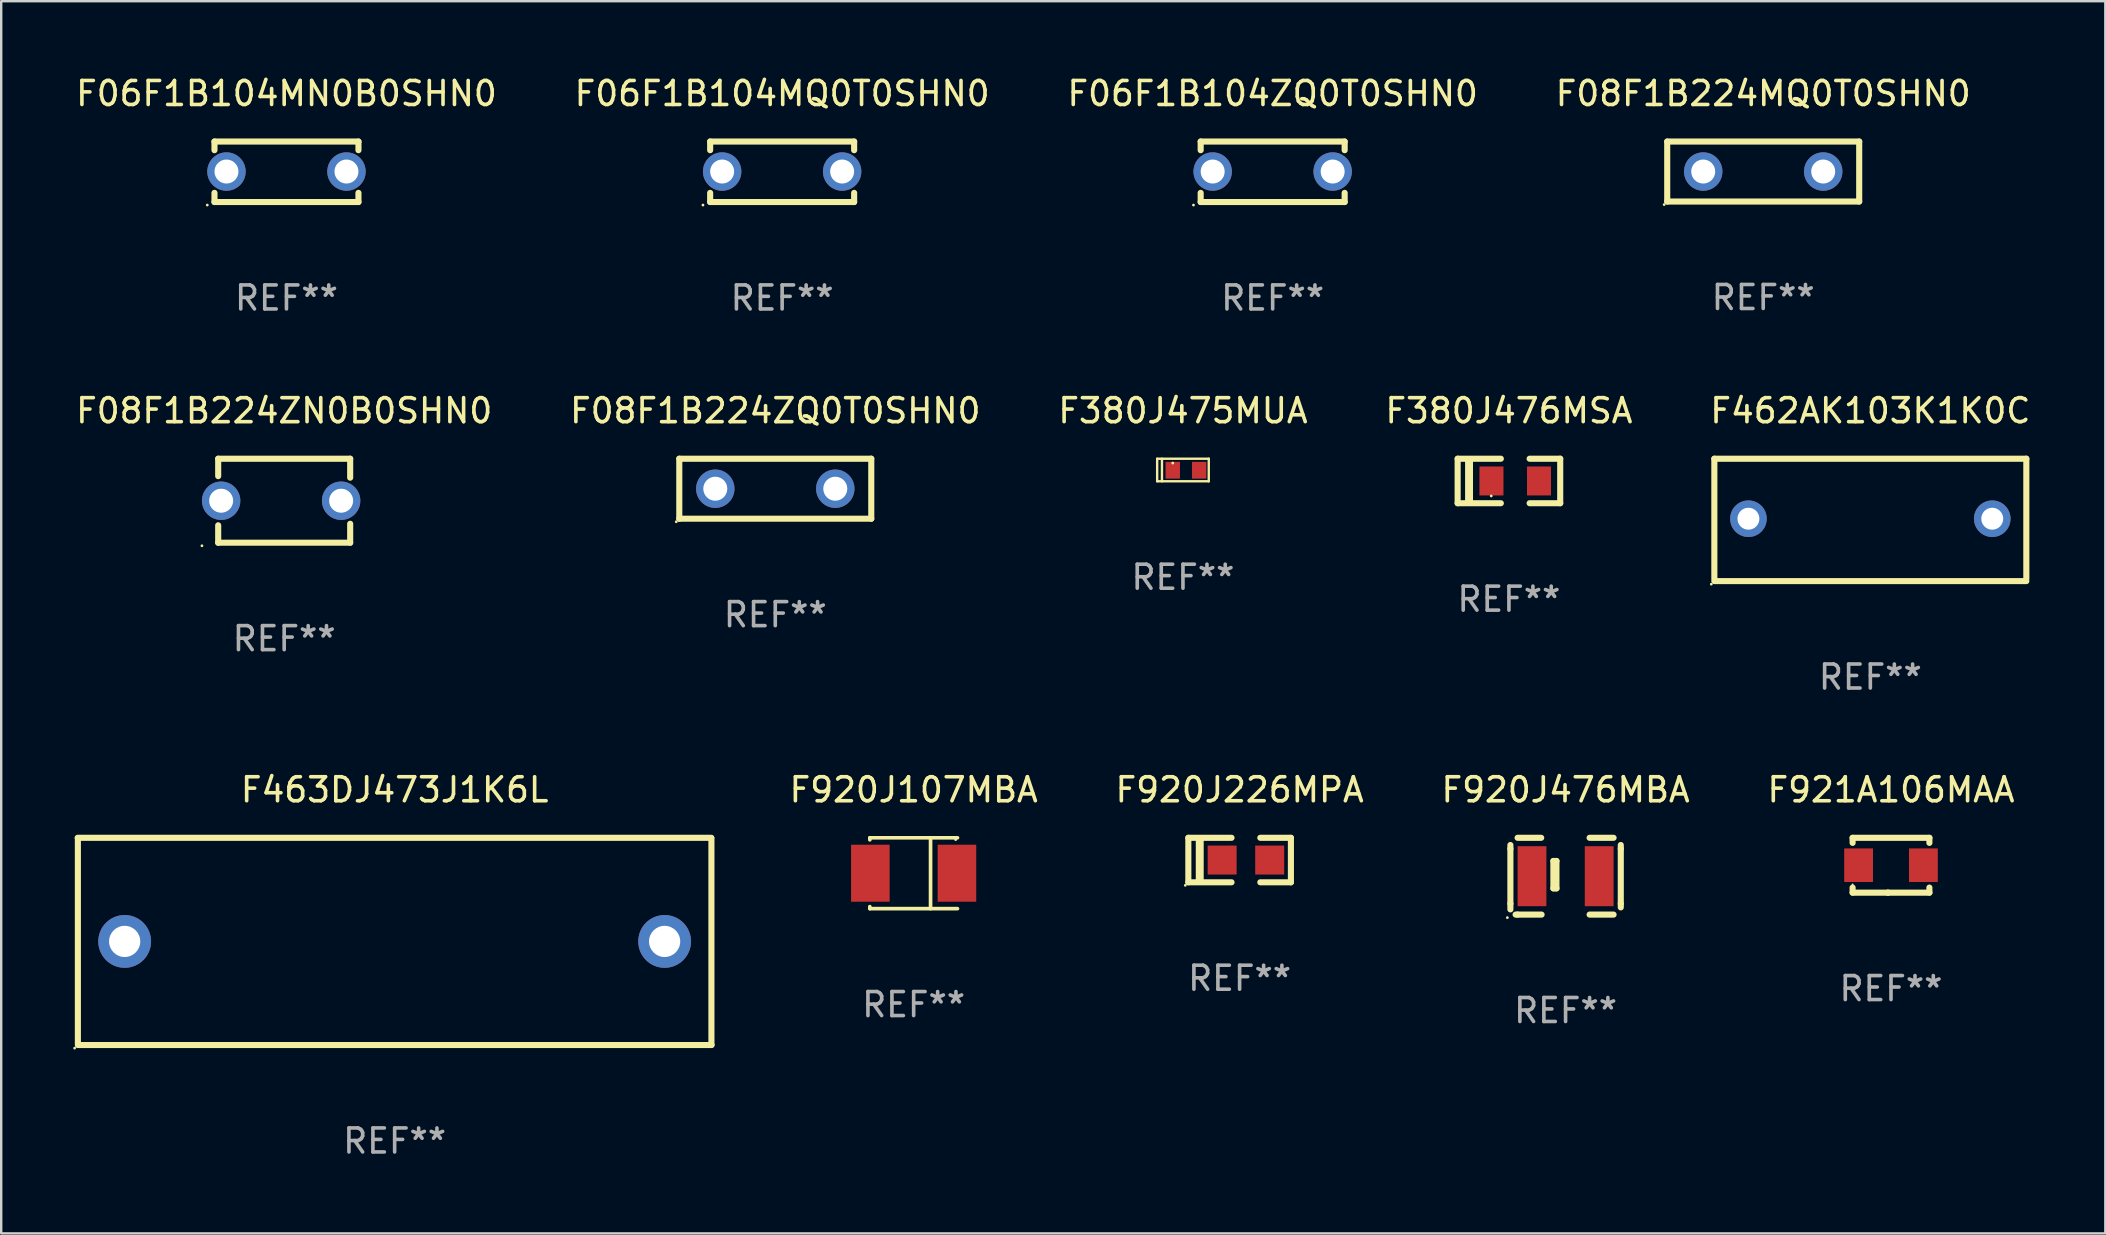
<source format=kicad_pcb>
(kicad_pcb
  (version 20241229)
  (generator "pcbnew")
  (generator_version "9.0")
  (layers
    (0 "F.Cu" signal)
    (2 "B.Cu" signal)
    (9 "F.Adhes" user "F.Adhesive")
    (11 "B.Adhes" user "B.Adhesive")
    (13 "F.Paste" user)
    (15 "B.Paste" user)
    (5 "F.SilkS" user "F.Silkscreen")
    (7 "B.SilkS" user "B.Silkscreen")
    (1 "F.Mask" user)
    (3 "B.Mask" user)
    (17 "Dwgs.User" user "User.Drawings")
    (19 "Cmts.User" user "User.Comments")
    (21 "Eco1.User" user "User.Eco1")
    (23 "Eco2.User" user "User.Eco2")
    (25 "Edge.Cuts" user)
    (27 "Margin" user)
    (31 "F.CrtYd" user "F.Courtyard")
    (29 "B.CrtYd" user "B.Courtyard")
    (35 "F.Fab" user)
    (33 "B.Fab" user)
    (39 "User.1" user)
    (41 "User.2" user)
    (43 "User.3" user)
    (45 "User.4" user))
  (footprint "F06F1B104ZQ0T0SHN0"
    (layer "F.Cu")
    (at 49.982 4.108)
    (property "Reference" "F06F1B104ZQ0T0SHN0" (at 0 -3.26 0) (layer "F.SilkS") (effects (font (size 1 1) (thickness 0.15))))
    (attr through_hole)
    (fp_line (start -3 -1.26) (end -3 -0.899) (stroke (width 0.254) (type solid)) (layer "F.SilkS"))
    (fp_line (start -3 1.26) (end -3 0.879) (stroke (width 0.254) (type solid)) (layer "F.SilkS"))
    (fp_line (start 3 -1.26) (end -3 -1.26) (stroke (width 0.254) (type solid)) (layer "F.SilkS"))
    (fp_line (start 3 -0.899) (end 3 -1.26) (stroke (width 0.254) (type solid)) (layer "F.SilkS"))
    (fp_line (start 3 0.879) (end 3 1.26) (stroke (width 0.254) (type solid)) (layer "F.SilkS"))
    (fp_line (start 3 1.26) (end -3 1.26) (stroke (width 0.254) (type solid)) (layer "F.SilkS"))
    (fp_circle (center -3.3 1.387) (end -3.27 1.387) (stroke (width 0.06) (type solid)) (fill no) (layer "F.SilkS"))
    (fp_text user "REF**" (at 0 5.26 0) (layer "F.Fab") (effects (font (size 1 1) (thickness 0.15))))
    (pad "1" thru_hole circle (at -2.5 -0.01) (size 1.6 1.6) (drill 1) (layers "*.Cu" "*.Mask"))
    (pad "2" thru_hole circle (at 2.5 -0.01) (size 1.6 1.6) (drill 1) (layers "*.Cu" "*.Mask")))
  (footprint "F463DJ473J1K6L"
    (layer "F.Cu")
    (at 13.395 36.179)
    (property "Reference" "F463DJ473J1K6L" (at 0 -6.318 0) (layer "F.SilkS") (effects (font (size 1 1) (thickness 0.15))))
    (attr through_hole)
    (fp_line (start -13.208 -4.318) (end 13.193 -4.318) (stroke (width 0.254) (type solid)) (layer "F.SilkS"))
    (fp_line (start -13.2 4.3) (end -13.2 -4.3) (stroke (width 0.254) (type solid)) (layer "F.SilkS"))
    (fp_line (start 13.2 -4.3) (end 13.2 4.3) (stroke (width 0.254) (type solid)) (layer "F.SilkS"))
    (fp_line (start 13.208 4.318) (end -13.193 4.318) (stroke (width 0.254) (type solid)) (layer "F.SilkS"))
    (fp_circle (center -13.335 4.445) (end -13.305 4.445) (stroke (width 0.06) (type solid)) (fill no) (layer "F.SilkS"))
    (fp_text user "REF**" (at 0 8.318 0) (layer "F.Fab") (effects (font (size 1 1) (thickness 0.15))))
    (pad "1" thru_hole circle (at -11.25 0) (size 2.2 2.2) (drill 1.3) (layers "*.Cu" "*.Mask"))
    (pad "2" thru_hole circle (at 11.25 0) (size 2.2 2.2) (drill 1.3) (layers "*.Cu" "*.Mask")))
  (footprint "F920J226MPA"
    (layer "F.Cu")
    (at 48.605 32.788)
    (property "Reference" "F920J226MPA" (at 0 -2.927 0) (layer "F.SilkS") (effects (font (size 1 1) (thickness 0.15))))
    (attr through_hole)
    (fp_line (start -2.137 0.927) (end -2.137 -0.927) (stroke (width 0.254) (type solid)) (layer "F.SilkS"))
    (fp_line (start -1.662 0.874) (end -1.662 -0.874) (stroke (width 0.33) (type solid)) (layer "F.SilkS"))
    (fp_line (start -0.337 -0.927) (end -2.137 -0.927) (stroke (width 0.254) (type solid)) (layer "F.SilkS"))
    (fp_line (start -0.337 0.927) (end -2.137 0.927) (stroke (width 0.254) (type solid)) (layer "F.SilkS"))
    (fp_line (start 0.862 0.927) (end 2.137 0.927) (stroke (width 0.254) (type solid)) (layer "F.SilkS"))
    (fp_line (start 2.137 -0.927) (end 0.862 -0.927) (stroke (width 0.254) (type solid)) (layer "F.SilkS"))
    (fp_line (start 2.137 0.927) (end 2.137 -0.927) (stroke (width 0.254) (type solid)) (layer "F.SilkS"))
    (fp_circle (center -2.264 1.054) (end -2.234 1.054) (stroke (width 0.06) (type solid)) (fill no) (layer "F.SilkS"))
    (fp_text user "REF**" (at 0 4.927 0) (layer "F.Fab") (effects (font (size 1 1) (thickness 0.15))))
    (pad "1" smd rect (at -0.728 0) (size 1.207 1.207) (layers "F.Cu" "F.Mask" "F.Paste"))
    (pad "2" smd rect (at 1.253 0) (size 1.207 1.207) (layers "F.Cu" "F.Mask" "F.Paste")))
  (footprint "F380J475MUA"
    (layer "F.Cu")
    (at 46.244 16.535)
    (property "Reference" "F380J475MUA" (at 0 -2.47 0) (layer "F.SilkS") (effects (font (size 1 1) (thickness 0.15))))
    (attr through_hole)
    (fp_line (start -1.075 -0.47) (end -1.075 0.47) (stroke (width 0.1) (type solid)) (layer "F.SilkS"))
    (fp_line (start -0.875 -0.47) (end -0.875 0.47) (stroke (width 0.1) (type solid)) (layer "F.SilkS"))
    (fp_line (start 1.075 -0.47) (end -1.075 -0.47) (stroke (width 0.1) (type solid)) (layer "F.SilkS"))
    (fp_line (start 1.075 -0.47) (end 1.075 0.47) (stroke (width 0.1) (type solid)) (layer "F.SilkS"))
    (fp_line (start 1.075 0.47) (end -1.075 0.47) (stroke (width 0.1) (type solid)) (layer "F.SilkS"))
    (fp_circle (center -0.425 -0.29) (end -0.395 -0.29) (stroke (width 0.06) (type solid)) (fill no) (layer "F.SilkS"))
    (fp_text user "REF**" (at 0 4.47 0) (layer "F.Fab") (effects (font (size 1 1) (thickness 0.15))))
    (pad "1" smd rect (at -0.425 0.01 180) (size 0.6 0.7) (layers "F.Cu" "F.Mask" "F.Paste"))
    (pad "2" smd rect (at 0.675 0.01 180) (size 0.6 0.7) (layers "F.Cu" "F.Mask" "F.Paste")))
  (footprint "F920J476MBA"
    (layer "F.Cu")
    (at 62.188 33.461)
    (property "Reference" "F920J476MBA" (at 0 -3.6 0) (layer "F.SilkS") (effects (font (size 1 1) (thickness 0.15))))
    (attr through_hole)
    (fp_line (start -2.3 -1.3) (end -2.3 -1.143) (stroke (width 0.254) (type solid)) (layer "F.SilkS"))
    (fp_line (start -2.3 -1.143) (end -2.3 1.143) (stroke (width 0.254) (type solid)) (layer "F.SilkS"))
    (fp_line (start -2.3 1.383) (end -2.3 1.143) (stroke (width 0.254) (type solid)) (layer "F.SilkS"))
    (fp_line (start -2.083 1.6) (end -2 1.6) (stroke (width 0.254) (type solid)) (layer "F.SilkS"))
    (fp_line (start -2 -1.6) (end -1.016 -1.6) (stroke (width 0.254) (type solid)) (layer "F.SilkS"))
    (fp_line (start -2 1.6) (end -1 1.6) (stroke (width 0.254) (type solid)) (layer "F.SilkS"))
    (fp_line (start -0.508 -0.635) (end -0.508 0.508) (stroke (width 0.254) (type solid)) (layer "F.SilkS"))
    (fp_line (start -0.508 -0.635) (end -0.381 -0.635) (stroke (width 0.254) (type solid)) (layer "F.SilkS"))
    (fp_line (start -0.508 0.508) (end -0.381 0.508) (stroke (width 0.254) (type solid)) (layer "F.SilkS"))
    (fp_line (start -0.381 0.508) (end -0.381 -0.635) (stroke (width 0.254) (type solid)) (layer "F.SilkS"))
    (fp_line (start 1 -1.6) (end 2 -1.6) (stroke (width 0.254) (type solid)) (layer "F.SilkS"))
    (fp_line (start 1 1.6) (end 2 1.6) (stroke (width 0.254) (type solid)) (layer "F.SilkS"))
    (fp_line (start 2.3 1.3) (end 2.3 1.143) (stroke (width 0.254) (type solid)) (layer "F.SilkS"))
    (fp_line (start 2.3 -1.3) (end 2.3 -1.143) (stroke (width 0.254) (type solid)) (layer "F.SilkS"))
    (fp_line (start 2.3 -1.143) (end 2.3 1.143) (stroke (width 0.254) (type solid)) (layer "F.SilkS"))
    (fp_circle (center -2.427 1.727) (end -2.397 1.727) (stroke (width 0.06) (type solid)) (fill no) (layer "F.SilkS"))
    (fp_text user "REF**" (at 0 5.6 0) (layer "F.Fab") (effects (font (size 1 1) (thickness 0.15))))
    (pad "1" smd rect (at -1.4 0) (size 1.2 2.5) (layers "F.Cu" "F.Mask" "F.Paste"))
    (pad "2" smd rect (at 1.4 0) (size 1.2 2.5) (layers "F.Cu" "F.Mask" "F.Paste")))
  (footprint "F920J107MBA"
    (layer "F.Cu")
    (at 35.022 33.337)
    (property "Reference" "F920J107MBA" (at 0 -3.476 0) (layer "F.SilkS") (effects (font (size 1 1) (thickness 0.15))))
    (attr through_hole)
    (fp_line (start -1.826 -1.476) (end -1.826 -1.391) (stroke (width 0.152) (type solid)) (layer "F.SilkS"))
    (fp_line (start -1.826 -1.476) (end 1.826 -1.476) (stroke (width 0.152) (type solid)) (layer "F.SilkS"))
    (fp_line (start -1.826 1.476) (end -1.826 1.391) (stroke (width 0.152) (type solid)) (layer "F.SilkS"))
    (fp_line (start -1.826 1.476) (end 1.826 1.476) (stroke (width 0.152) (type solid)) (layer "F.SilkS"))
    (fp_line (start 0.704 -1.476) (end 0.704 1.476) (stroke (width 0.152) (type solid)) (layer "F.SilkS"))
    (fp_circle (center 1.75 -1.4) (end 1.78 -1.4) (stroke (width 0.06) (type solid)) (fill no) (layer "F.SilkS"))
    (fp_text user "REF**" (at 0 5.476 0) (layer "F.Fab") (effects (font (size 1 1) (thickness 0.15))))
    (pad "1" smd rect (at 1.804 0) (size 1.607 2.376) (layers "F.Cu" "F.Mask" "F.Paste"))
    (pad "2" smd rect (at -1.804 0) (size 1.607 2.376) (layers "F.Cu" "F.Mask" "F.Paste")))
  (footprint "F06F1B104MN0B0SHN0"
    (layer "F.Cu")
    (at 8.887 4.108)
    (property "Reference" "F06F1B104MN0B0SHN0" (at 0 -3.26 0) (layer "F.SilkS") (effects (font (size 1 1) (thickness 0.15))))
    (attr through_hole)
    (fp_line (start -3 -1.26) (end -3 -0.899) (stroke (width 0.254) (type solid)) (layer "F.SilkS"))
    (fp_line (start -3 1.26) (end -3 0.879) (stroke (width 0.254) (type solid)) (layer "F.SilkS"))
    (fp_line (start 3 -1.26) (end -3 -1.26) (stroke (width 0.254) (type solid)) (layer "F.SilkS"))
    (fp_line (start 3 -0.899) (end 3 -1.26) (stroke (width 0.254) (type solid)) (layer "F.SilkS"))
    (fp_line (start 3 0.879) (end 3 1.26) (stroke (width 0.254) (type solid)) (layer "F.SilkS"))
    (fp_line (start 3 1.26) (end -3 1.26) (stroke (width 0.254) (type solid)) (layer "F.SilkS"))
    (fp_circle (center -3.3 1.387) (end -3.27 1.387) (stroke (width 0.06) (type solid)) (fill no) (layer "F.SilkS"))
    (fp_text user "REF**" (at 0 5.26 0) (layer "F.Fab") (effects (font (size 1 1) (thickness 0.15))))
    (pad "1" thru_hole circle (at -2.5 -0.01) (size 1.6 1.6) (drill 1) (layers "*.Cu" "*.Mask"))
    (pad "2" thru_hole circle (at 2.5 -0.01) (size 1.6 1.6) (drill 1) (layers "*.Cu" "*.Mask")))
  (footprint "F380J476MSA"
    (layer "F.Cu")
    (at 59.827 16.992)
    (property "Reference" "F380J476MSA" (at 0 -2.927 0) (layer "F.SilkS") (effects (font (size 1 1) (thickness 0.15))))
    (attr through_hole)
    (fp_line (start -2.137 0.927) (end -2.137 -0.927) (stroke (width 0.254) (type solid)) (layer "F.SilkS"))
    (fp_line (start -1.662 0.874) (end -1.662 -0.874) (stroke (width 0.33) (type solid)) (layer "F.SilkS"))
    (fp_line (start -0.337 -0.927) (end -2.137 -0.927) (stroke (width 0.254) (type solid)) (layer "F.SilkS"))
    (fp_line (start -0.337 0.927) (end -2.137 0.927) (stroke (width 0.254) (type solid)) (layer "F.SilkS"))
    (fp_line (start 0.862 0.927) (end 2.137 0.927) (stroke (width 0.254) (type solid)) (layer "F.SilkS"))
    (fp_line (start 2.137 -0.927) (end 0.862 -0.927) (stroke (width 0.254) (type solid)) (layer "F.SilkS"))
    (fp_line (start 2.137 0.927) (end 2.137 -0.927) (stroke (width 0.254) (type solid)) (layer "F.SilkS"))
    (fp_circle (center -0.737 0.625) (end -0.707 0.625) (stroke (width 0.06) (type solid)) (fill no) (layer "F.SilkS"))
    (fp_text user "REF**" (at 0 4.927 0) (layer "F.Fab") (effects (font (size 1 1) (thickness 0.15))))
    (pad "1" smd rect (at -0.728 0) (size 1 1.207) (layers "F.Cu" "F.Mask" "F.Paste"))
    (pad "2" smd rect (at 1.253 0) (size 1 1.207) (layers "F.Cu" "F.Mask" "F.Paste")))
  (footprint "F921A106MAA"
    (layer "F.Cu")
    (at 75.748 33.004)
    (property "Reference" "F921A106MAA" (at 0 -3.143 0) (layer "F.SilkS") (effects (font (size 1 1) (thickness 0.15))))
    (attr through_hole)
    (fp_line (start -1.6 1.143) (end -0.128 1.143) (stroke (width 0.254) (type solid)) (layer "F.SilkS"))
    (fp_line (start -1.6 -1.143) (end -1.6 -0.931) (stroke (width 0.254) (type solid)) (layer "F.SilkS"))
    (fp_line (start -1.6 -1.143) (end 1.6 -1.143) (stroke (width 0.254) (type solid)) (layer "F.SilkS"))
    (fp_line (start -1.6 0.931) (end -1.6 1.143) (stroke (width 0.254) (type solid)) (layer "F.SilkS"))
    (fp_line (start -0.128 1.143) (end -0.128 1.143) (stroke (width 0.254) (type solid)) (layer "F.SilkS"))
    (fp_line (start -0.128 1.143) (end 1.6 1.143) (stroke (width 0.254) (type solid)) (layer "F.SilkS"))
    (fp_line (start 1.6 -1.143) (end 1.6 -0.931) (stroke (width 0.254) (type solid)) (layer "F.SilkS"))
    (fp_line (start 1.6 0.931) (end 1.6 1.143) (stroke (width 0.254) (type solid)) (layer "F.SilkS"))
    (fp_circle (center -1.6 0.8) (end -1.58 0.8) (stroke (width 0.04) (type solid)) (fill no) (layer "F.SilkS"))
    (fp_text user "REF**" (at 0 5.143 0) (layer "F.Fab") (effects (font (size 1 1) (thickness 0.15))))
    (pad "1" smd rect (at -1.35 0) (size 1.2 1.4) (layers "F.Cu" "F.Mask" "F.Paste"))
    (pad "2" smd rect (at 1.35 0) (size 1.2 1.4) (layers "F.Cu" "F.Mask" "F.Paste")))
  (footprint "F06F1B104MQ0T0SHN0"
    (layer "F.Cu")
    (at 29.542 4.108)
    (property "Reference" "F06F1B104MQ0T0SHN0" (at 0 -3.26 0) (layer "F.SilkS") (effects (font (size 1 1) (thickness 0.15))))
    (attr through_hole)
    (fp_line (start -3 -1.26) (end -3 -0.899) (stroke (width 0.254) (type solid)) (layer "F.SilkS"))
    (fp_line (start -3 1.26) (end -3 0.879) (stroke (width 0.254) (type solid)) (layer "F.SilkS"))
    (fp_line (start 3 -1.26) (end -3 -1.26) (stroke (width 0.254) (type solid)) (layer "F.SilkS"))
    (fp_line (start 3 -0.899) (end 3 -1.26) (stroke (width 0.254) (type solid)) (layer "F.SilkS"))
    (fp_line (start 3 0.879) (end 3 1.26) (stroke (width 0.254) (type solid)) (layer "F.SilkS"))
    (fp_line (start 3 1.26) (end -3 1.26) (stroke (width 0.254) (type solid)) (layer "F.SilkS"))
    (fp_circle (center -3.3 1.387) (end -3.27 1.387) (stroke (width 0.06) (type solid)) (fill no) (layer "F.SilkS"))
    (fp_text user "REF**" (at 0 5.26 0) (layer "F.Fab") (effects (font (size 1 1) (thickness 0.15))))
    (pad "1" thru_hole circle (at -2.5 -0.01) (size 1.6 1.6) (drill 1) (layers "*.Cu" "*.Mask"))
    (pad "2" thru_hole circle (at 2.5 -0.01) (size 1.6 1.6) (drill 1) (layers "*.Cu" "*.Mask")))
  (footprint "F08F1B224ZQ0T0SHN0"
    (layer "F.Cu")
    (at 29.256 17.315)
    (property "Reference" "F08F1B224ZQ0T0SHN0" (at 0 -3.25 0) (layer "F.SilkS") (effects (font (size 1 1) (thickness 0.15))))
    (attr through_hole)
    (fp_line (start -4 -1.25) (end -4 1.25) (stroke (width 0.254) (type solid)) (layer "F.SilkS"))
    (fp_line (start -4 -1.25) (end 4 -1.25) (stroke (width 0.254) (type solid)) (layer "F.SilkS"))
    (fp_line (start 4 -1.25) (end 4 1.25) (stroke (width 0.254) (type solid)) (layer "F.SilkS"))
    (fp_line (start 4 1.25) (end -4 1.25) (stroke (width 0.254) (type solid)) (layer "F.SilkS"))
    (fp_circle (center -4.127 1.377) (end -4.097 1.377) (stroke (width 0.06) (type solid)) (fill no) (layer "F.SilkS"))
    (fp_text user "REF**" (at 0 5.25 0) (layer "F.Fab") (effects (font (size 1 1) (thickness 0.15))))
    (pad "1" thru_hole circle (at -2.5 0) (size 1.6 1.6) (drill 1) (layers "*.Cu" "*.Mask"))
    (pad "2" thru_hole circle (at 2.5 0) (size 1.6 1.6) (drill 1) (layers "*.Cu" "*.Mask")))
  (footprint "F08F1B224ZN0B0SHN0"
    (layer "F.Cu")
    (at 8.792 17.815)
    (property "Reference" "F08F1B224ZN0B0SHN0" (at 0 -3.75 0) (layer "F.SilkS") (effects (font (size 1 1) (thickness 0.15))))
    (attr through_hole)
    (fp_line (start -2.75 -1.75) (end -2.75 -1.024) (stroke (width 0.254) (type solid)) (layer "F.SilkS"))
    (fp_line (start -2.75 -1.75) (end 2.75 -1.75) (stroke (width 0.254) (type solid)) (layer "F.SilkS"))
    (fp_line (start -2.75 1.024) (end -2.75 1.75) (stroke (width 0.254) (type solid)) (layer "F.SilkS"))
    (fp_line (start 2.75 -1.75) (end 2.75 -0.96) (stroke (width 0.254) (type solid)) (layer "F.SilkS"))
    (fp_line (start 2.75 0.96) (end 2.75 1.75) (stroke (width 0.254) (type solid)) (layer "F.SilkS"))
    (fp_line (start 2.75 1.75) (end -2.75 1.75) (stroke (width 0.254) (type solid)) (layer "F.SilkS"))
    (fp_circle (center -3.427 1.877) (end -3.397 1.877) (stroke (width 0.06) (type solid)) (fill no) (layer "F.SilkS"))
    (fp_text user "REF**" (at 0 5.75 0) (layer "F.Fab") (effects (font (size 1 1) (thickness 0.15))))
    (pad "1" thru_hole circle (at -2.627 0) (size 1.6 1.6) (drill 1) (layers "*.Cu" "*.Mask"))
    (pad "2" thru_hole circle (at 2.373 0) (size 1.6 1.6) (drill 1) (layers "*.Cu" "*.Mask")))
  (footprint "F462AK103K1K0C"
    (layer "F.Cu")
    (at 74.887 18.615)
    (property "Reference" "F462AK103K1K0C" (at 0 -4.55 0) (layer "F.SilkS") (effects (font (size 1 1) (thickness 0.15))))
    (attr through_hole)
    (fp_line (start -6.5 -2.55) (end 6.5 -2.55) (stroke (width 0.254) (type solid)) (layer "F.SilkS"))
    (fp_line (start -6.5 2.45) (end -6.5 -2.55) (stroke (width 0.254) (type solid)) (layer "F.SilkS"))
    (fp_line (start 6.5 -2.55) (end 6.5 2.45) (stroke (width 0.254) (type solid)) (layer "F.SilkS"))
    (fp_line (start 6.5 2.55) (end -6.5 2.55) (stroke (width 0.254) (type solid)) (layer "F.SilkS"))
    (fp_circle (center -6.627 2.677) (end -6.597 2.677) (stroke (width 0.06) (type solid)) (fill no) (layer "F.SilkS"))
    (fp_text user "REF**" (at 0 6.55 0) (layer "F.Fab") (effects (font (size 1 1) (thickness 0.15))))
    (pad "1" thru_hole circle (at -5.08 -0.05) (size 1.524 1.524) (drill 0.914) (layers "*.Cu" "*.Mask"))
    (pad "2" thru_hole circle (at 5.08 -0.05) (size 1.524 1.524) (drill 0.914) (layers "*.Cu" "*.Mask")))
  (footprint "F08F1B224MQ0T0SHN0"
    (layer "F.Cu")
    (at 70.423 4.098)
    (property "Reference" "F08F1B224MQ0T0SHN0" (at 0 -3.25 0) (layer "F.SilkS") (effects (font (size 1 1) (thickness 0.15))))
    (attr through_hole)
    (fp_line (start -4 -1.25) (end -4 1.25) (stroke (width 0.254) (type solid)) (layer "F.SilkS"))
    (fp_line (start -4 -1.25) (end 4 -1.25) (stroke (width 0.254) (type solid)) (layer "F.SilkS"))
    (fp_line (start 4 -1.25) (end 4 1.25) (stroke (width 0.254) (type solid)) (layer "F.SilkS"))
    (fp_line (start 4 1.25) (end -4 1.25) (stroke (width 0.254) (type solid)) (layer "F.SilkS"))
    (fp_circle (center -4.127 1.377) (end -4.097 1.377) (stroke (width 0.06) (type solid)) (fill no) (layer "F.SilkS"))
    (fp_text user "REF**" (at 0 5.25 0) (layer "F.Fab") (effects (font (size 1 1) (thickness 0.15))))
    (pad "1" thru_hole circle (at -2.5 0) (size 1.6 1.6) (drill 1) (layers "*.Cu" "*.Mask"))
    (pad "2" thru_hole circle (at 2.5 0) (size 1.6 1.6) (drill 1) (layers "*.Cu" "*.Mask")))
  (gr_rect
    (start -3 -3)
    (end 84.679 48.345)
    (stroke (width 0.1) (type default))
    (fill no)
    (layer "Edge.Cuts")))
</source>
